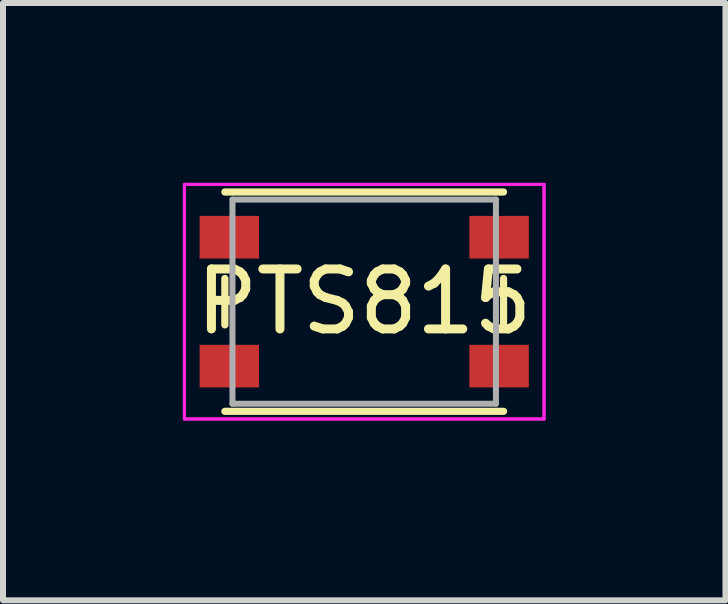
<source format=kicad_pcb>
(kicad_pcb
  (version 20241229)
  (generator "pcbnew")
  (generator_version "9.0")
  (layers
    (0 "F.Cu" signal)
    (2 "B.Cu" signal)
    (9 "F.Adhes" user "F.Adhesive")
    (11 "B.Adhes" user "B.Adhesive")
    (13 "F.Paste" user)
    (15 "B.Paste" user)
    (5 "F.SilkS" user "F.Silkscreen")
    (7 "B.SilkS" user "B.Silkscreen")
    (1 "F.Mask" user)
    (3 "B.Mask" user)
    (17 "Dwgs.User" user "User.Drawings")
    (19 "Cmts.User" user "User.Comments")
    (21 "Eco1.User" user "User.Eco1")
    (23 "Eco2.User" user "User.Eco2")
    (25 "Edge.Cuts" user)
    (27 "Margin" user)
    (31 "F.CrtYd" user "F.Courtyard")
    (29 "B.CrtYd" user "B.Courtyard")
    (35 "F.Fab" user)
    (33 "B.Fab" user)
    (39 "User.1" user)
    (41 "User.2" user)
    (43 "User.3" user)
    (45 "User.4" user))
  (footprint "PTS815"
    (layer "F.Cu")
    (at 3.024 1.981)
    (property "Reference" "PTS815" (at 0 0 0) (layer "F.SilkS") (effects (font (size 1 1) (thickness 0.15))))
    (attr smd)
    (fp_line (start -2.324 -0.387) (end -2.324 0.387) (stroke (width 0.12) (type solid)) (layer "F.SilkS"))
    (fp_line (start -2.324 1.829) (end 2.324 1.829) (stroke (width 0.12) (type solid)) (layer "F.SilkS"))
    (fp_line (start 2.324 -1.829) (end -2.324 -1.829) (stroke (width 0.12) (type solid)) (layer "F.SilkS"))
    (fp_line (start 2.324 0.387) (end 2.324 -0.387) (stroke (width 0.12) (type solid)) (layer "F.SilkS"))
    (fp_line (start -2.999 -1.956) (end -2.999 1.956) (stroke (width 0.05) (type solid)) (layer "F.CrtYd"))
    (fp_line (start -2.999 -1.956) (end -2.999 1.956) (stroke (width 0.05) (type solid)) (layer "F.CrtYd"))
    (fp_line (start -2.999 1.956) (end 2.999 1.956) (stroke (width 0.05) (type solid)) (layer "F.CrtYd"))
    (fp_line (start -2.999 1.956) (end 2.999 1.956) (stroke (width 0.05) (type solid)) (layer "F.CrtYd"))
    (fp_line (start 2.999 -1.956) (end -2.999 -1.956) (stroke (width 0.05) (type solid)) (layer "F.CrtYd"))
    (fp_line (start 2.999 -1.956) (end -2.999 -1.956) (stroke (width 0.05) (type solid)) (layer "F.CrtYd"))
    (fp_line (start 2.999 1.956) (end 2.999 -1.956) (stroke (width 0.05) (type solid)) (layer "F.CrtYd"))
    (fp_line (start 2.999 1.956) (end 2.999 -1.956) (stroke (width 0.05) (type solid)) (layer "F.CrtYd"))
    (fp_line (start -2.197 -1.702) (end -2.197 1.702) (stroke (width 0.1) (type solid)) (layer "F.Fab"))
    (fp_line (start -2.197 1.702) (end 2.197 1.702) (stroke (width 0.1) (type solid)) (layer "F.Fab"))
    (fp_line (start 2.197 -1.702) (end -2.197 -1.702) (stroke (width 0.1) (type solid)) (layer "F.Fab"))
    (fp_line (start 2.197 1.702) (end 2.197 -1.702) (stroke (width 0.1) (type solid)) (layer "F.Fab"))
    (pad "1" smd rect (at -2.25 -1.075) (size 0.991 0.711) (layers "F.Cu" "F.Mask" "F.Paste"))
    (pad "1" smd rect (at 2.25 -1.075) (size 0.991 0.711) (layers "F.Cu" "F.Mask" "F.Paste"))
    (pad "2" smd rect (at -2.25 1.075) (size 0.991 0.711) (layers "F.Cu" "F.Mask" "F.Paste"))
    (pad "2" smd rect (at 2.25 1.075) (size 0.991 0.711) (layers "F.Cu" "F.Mask" "F.Paste")))
  (gr_rect
    (start -3 -3)
    (end 9.049 6.962)
    (stroke (width 0.1) (type default))
    (fill no)
    (layer "Edge.Cuts")))
</source>
